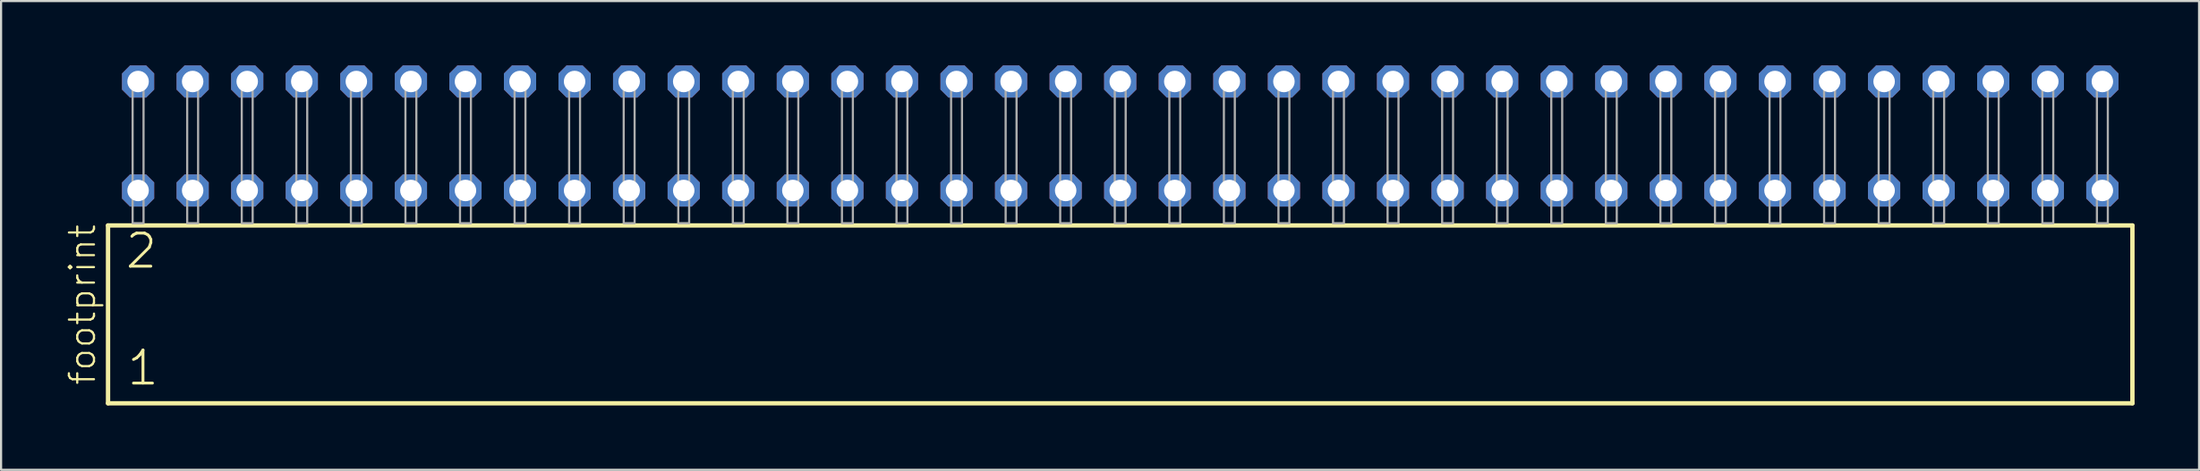
<source format=kicad_pcb>
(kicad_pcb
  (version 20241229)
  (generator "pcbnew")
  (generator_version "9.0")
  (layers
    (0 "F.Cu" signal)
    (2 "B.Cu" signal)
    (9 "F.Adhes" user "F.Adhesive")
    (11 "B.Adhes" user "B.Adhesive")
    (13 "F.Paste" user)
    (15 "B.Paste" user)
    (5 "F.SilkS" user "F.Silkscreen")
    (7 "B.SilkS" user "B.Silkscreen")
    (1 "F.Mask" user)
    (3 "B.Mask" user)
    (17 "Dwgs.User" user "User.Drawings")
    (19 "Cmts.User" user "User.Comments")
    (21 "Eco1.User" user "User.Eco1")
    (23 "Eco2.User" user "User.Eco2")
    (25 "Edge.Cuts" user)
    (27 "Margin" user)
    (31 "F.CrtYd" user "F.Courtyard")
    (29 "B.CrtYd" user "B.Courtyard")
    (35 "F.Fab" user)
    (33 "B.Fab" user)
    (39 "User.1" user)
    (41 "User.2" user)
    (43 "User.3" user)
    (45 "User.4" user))
  (footprint "footprint"
    (layer "F.Cu")
    (at 49.098 7.354)
    (property "Reference" "footprint" (at -47.625 7.62 90) (layer "F.SilkS") (effects (font (size 1.168 1.168) (thickness 0.102)) (justify left bottom)))
    (fp_line (start -47.119 0.106) (end -47.119 8.396) (stroke (width 0.203) (type solid)) (layer "F.SilkS"))
    (fp_line (start -47.119 8.396) (end 47.119 8.396) (stroke (width 0.203) (type solid)) (layer "F.SilkS"))
    (fp_line (start 47.119 0.106) (end -47.119 0.106) (stroke (width 0.203) (type solid)) (layer "F.SilkS"))
    (fp_line (start 47.119 8.396) (end 47.119 0.106) (stroke (width 0.203) (type solid)) (layer "F.SilkS"))
    (fp_poly (pts (xy -45.974 0) (xy -45.466 0) (xy -45.466 -6.858) (xy -45.974 -6.858)) (stroke (width 0.1) (type solid)) (fill no) (layer "F.Fab"))
    (fp_poly (pts (xy -43.434 0) (xy -42.926 0) (xy -42.926 -6.858) (xy -43.434 -6.858)) (stroke (width 0.1) (type solid)) (fill no) (layer "F.Fab"))
    (fp_poly (pts (xy -40.894 0) (xy -40.386 0) (xy -40.386 -6.858) (xy -40.894 -6.858)) (stroke (width 0.1) (type solid)) (fill no) (layer "F.Fab"))
    (fp_poly (pts (xy -38.354 0) (xy -37.846 0) (xy -37.846 -6.858) (xy -38.354 -6.858)) (stroke (width 0.1) (type solid)) (fill no) (layer "F.Fab"))
    (fp_poly (pts (xy -35.814 0) (xy -35.306 0) (xy -35.306 -6.858) (xy -35.814 -6.858)) (stroke (width 0.1) (type solid)) (fill no) (layer "F.Fab"))
    (fp_poly (pts (xy -33.274 0) (xy -32.766 0) (xy -32.766 -6.858) (xy -33.274 -6.858)) (stroke (width 0.1) (type solid)) (fill no) (layer "F.Fab"))
    (fp_poly (pts (xy -30.734 0) (xy -30.226 0) (xy -30.226 -6.858) (xy -30.734 -6.858)) (stroke (width 0.1) (type solid)) (fill no) (layer "F.Fab"))
    (fp_poly (pts (xy -28.194 0) (xy -27.686 0) (xy -27.686 -6.858) (xy -28.194 -6.858)) (stroke (width 0.1) (type solid)) (fill no) (layer "F.Fab"))
    (fp_poly (pts (xy -25.654 0) (xy -25.146 0) (xy -25.146 -6.858) (xy -25.654 -6.858)) (stroke (width 0.1) (type solid)) (fill no) (layer "F.Fab"))
    (fp_poly (pts (xy -23.114 0) (xy -22.606 0) (xy -22.606 -6.858) (xy -23.114 -6.858)) (stroke (width 0.1) (type solid)) (fill no) (layer "F.Fab"))
    (fp_poly (pts (xy -20.574 0) (xy -20.066 0) (xy -20.066 -6.858) (xy -20.574 -6.858)) (stroke (width 0.1) (type solid)) (fill no) (layer "F.Fab"))
    (fp_poly (pts (xy -18.034 0) (xy -17.526 0) (xy -17.526 -6.858) (xy -18.034 -6.858)) (stroke (width 0.1) (type solid)) (fill no) (layer "F.Fab"))
    (fp_poly (pts (xy -15.494 0) (xy -14.986 0) (xy -14.986 -6.858) (xy -15.494 -6.858)) (stroke (width 0.1) (type solid)) (fill no) (layer "F.Fab"))
    (fp_poly (pts (xy -12.954 0) (xy -12.446 0) (xy -12.446 -6.858) (xy -12.954 -6.858)) (stroke (width 0.1) (type solid)) (fill no) (layer "F.Fab"))
    (fp_poly (pts (xy -10.414 0) (xy -9.906 0) (xy -9.906 -6.858) (xy -10.414 -6.858)) (stroke (width 0.1) (type solid)) (fill no) (layer "F.Fab"))
    (fp_poly (pts (xy -7.874 0) (xy -7.366 0) (xy -7.366 -6.858) (xy -7.874 -6.858)) (stroke (width 0.1) (type solid)) (fill no) (layer "F.Fab"))
    (fp_poly (pts (xy -5.334 0) (xy -4.826 0) (xy -4.826 -6.858) (xy -5.334 -6.858)) (stroke (width 0.1) (type solid)) (fill no) (layer "F.Fab"))
    (fp_poly (pts (xy -2.794 0) (xy -2.286 0) (xy -2.286 -6.858) (xy -2.794 -6.858)) (stroke (width 0.1) (type solid)) (fill no) (layer "F.Fab"))
    (fp_poly (pts (xy -0.254 0) (xy 0.254 0) (xy 0.254 -6.858) (xy -0.254 -6.858)) (stroke (width 0.1) (type solid)) (fill no) (layer "F.Fab"))
    (fp_poly (pts (xy 2.286 0) (xy 2.794 0) (xy 2.794 -6.858) (xy 2.286 -6.858)) (stroke (width 0.1) (type solid)) (fill no) (layer "F.Fab"))
    (fp_poly (pts (xy 4.826 0) (xy 5.334 0) (xy 5.334 -6.858) (xy 4.826 -6.858)) (stroke (width 0.1) (type solid)) (fill no) (layer "F.Fab"))
    (fp_poly (pts (xy 7.366 0) (xy 7.874 0) (xy 7.874 -6.858) (xy 7.366 -6.858)) (stroke (width 0.1) (type solid)) (fill no) (layer "F.Fab"))
    (fp_poly (pts (xy 9.906 0) (xy 10.414 0) (xy 10.414 -6.858) (xy 9.906 -6.858)) (stroke (width 0.1) (type solid)) (fill no) (layer "F.Fab"))
    (fp_poly (pts (xy 12.446 0) (xy 12.954 0) (xy 12.954 -6.858) (xy 12.446 -6.858)) (stroke (width 0.1) (type solid)) (fill no) (layer "F.Fab"))
    (fp_poly (pts (xy 14.986 0) (xy 15.494 0) (xy 15.494 -6.858) (xy 14.986 -6.858)) (stroke (width 0.1) (type solid)) (fill no) (layer "F.Fab"))
    (fp_poly (pts (xy 17.526 0) (xy 18.034 0) (xy 18.034 -6.858) (xy 17.526 -6.858)) (stroke (width 0.1) (type solid)) (fill no) (layer "F.Fab"))
    (fp_poly (pts (xy 20.066 0) (xy 20.574 0) (xy 20.574 -6.858) (xy 20.066 -6.858)) (stroke (width 0.1) (type solid)) (fill no) (layer "F.Fab"))
    (fp_poly (pts (xy 22.606 0) (xy 23.114 0) (xy 23.114 -6.858) (xy 22.606 -6.858)) (stroke (width 0.1) (type solid)) (fill no) (layer "F.Fab"))
    (fp_poly (pts (xy 25.146 0) (xy 25.654 0) (xy 25.654 -6.858) (xy 25.146 -6.858)) (stroke (width 0.1) (type solid)) (fill no) (layer "F.Fab"))
    (fp_poly (pts (xy 27.686 0) (xy 28.194 0) (xy 28.194 -6.858) (xy 27.686 -6.858)) (stroke (width 0.1) (type solid)) (fill no) (layer "F.Fab"))
    (fp_poly (pts (xy 30.226 0) (xy 30.734 0) (xy 30.734 -6.858) (xy 30.226 -6.858)) (stroke (width 0.1) (type solid)) (fill no) (layer "F.Fab"))
    (fp_poly (pts (xy 32.766 0) (xy 33.274 0) (xy 33.274 -6.858) (xy 32.766 -6.858)) (stroke (width 0.1) (type solid)) (fill no) (layer "F.Fab"))
    (fp_poly (pts (xy 35.306 0) (xy 35.814 0) (xy 35.814 -6.858) (xy 35.306 -6.858)) (stroke (width 0.1) (type solid)) (fill no) (layer "F.Fab"))
    (fp_poly (pts (xy 37.846 0) (xy 38.354 0) (xy 38.354 -6.858) (xy 37.846 -6.858)) (stroke (width 0.1) (type solid)) (fill no) (layer "F.Fab"))
    (fp_poly (pts (xy 40.386 0) (xy 40.894 0) (xy 40.894 -6.858) (xy 40.386 -6.858)) (stroke (width 0.1) (type solid)) (fill no) (layer "F.Fab"))
    (fp_poly (pts (xy 42.926 0) (xy 43.434 0) (xy 43.434 -6.858) (xy 42.926 -6.858)) (stroke (width 0.1) (type solid)) (fill no) (layer "F.Fab"))
    (fp_poly (pts (xy 45.466 0) (xy 45.974 0) (xy 45.974 -6.858) (xy 45.466 -6.858)) (stroke (width 0.1) (type solid)) (fill no) (layer "F.Fab"))
    (fp_text user "2" (at -46.39 2.2 0) (layer "F.SilkS") (effects (font (size 1.542 1.542) (thickness 0.134)) (justify left bottom)))
    (fp_text user "1" (at -46.315 7.65 0) (layer "F.SilkS") (effects (font (size 1.542 1.542) (thickness 0.134)) (justify left bottom)))
    (pad "1" thru_hole roundrect (at -45.72 -1.524) (size 1.5 1.5) (drill 1) (layers "*.Cu" "*.Mask") (roundrect_rratio 0.25) (chamfer_ratio 0.25) (chamfer top_left top_right bottom_left bottom_right))
    (pad "2" thru_hole roundrect (at -45.72 -6.604) (size 1.5 1.5) (drill 1) (layers "*.Cu" "*.Mask") (roundrect_rratio 0.25) (chamfer_ratio 0.25) (chamfer top_left top_right bottom_left bottom_right))
    (pad "3" thru_hole roundrect (at -43.18 -1.524) (size 1.5 1.5) (drill 1) (layers "*.Cu" "*.Mask") (roundrect_rratio 0.25) (chamfer_ratio 0.25) (chamfer top_left top_right bottom_left bottom_right))
    (pad "4" thru_hole roundrect (at -43.18 -6.604) (size 1.5 1.5) (drill 1) (layers "*.Cu" "*.Mask") (roundrect_rratio 0.25) (chamfer_ratio 0.25) (chamfer top_left top_right bottom_left bottom_right))
    (pad "5" thru_hole roundrect (at -40.64 -1.524) (size 1.5 1.5) (drill 1) (layers "*.Cu" "*.Mask") (roundrect_rratio 0.25) (chamfer_ratio 0.25) (chamfer top_left top_right bottom_left bottom_right))
    (pad "6" thru_hole roundrect (at -40.64 -6.604) (size 1.5 1.5) (drill 1) (layers "*.Cu" "*.Mask") (roundrect_rratio 0.25) (chamfer_ratio 0.25) (chamfer top_left top_right bottom_left bottom_right))
    (pad "7" thru_hole roundrect (at -38.1 -1.524) (size 1.5 1.5) (drill 1) (layers "*.Cu" "*.Mask") (roundrect_rratio 0.25) (chamfer_ratio 0.25) (chamfer top_left top_right bottom_left bottom_right))
    (pad "8" thru_hole roundrect (at -38.1 -6.604) (size 1.5 1.5) (drill 1) (layers "*.Cu" "*.Mask") (roundrect_rratio 0.25) (chamfer_ratio 0.25) (chamfer top_left top_right bottom_left bottom_right))
    (pad "9" thru_hole roundrect (at -35.56 -1.524) (size 1.5 1.5) (drill 1) (layers "*.Cu" "*.Mask") (roundrect_rratio 0.25) (chamfer_ratio 0.25) (chamfer top_left top_right bottom_left bottom_right))
    (pad "10" thru_hole roundrect (at -35.56 -6.604) (size 1.5 1.5) (drill 1) (layers "*.Cu" "*.Mask") (roundrect_rratio 0.25) (chamfer_ratio 0.25) (chamfer top_left top_right bottom_left bottom_right))
    (pad "11" thru_hole roundrect (at -33.02 -1.524) (size 1.5 1.5) (drill 1) (layers "*.Cu" "*.Mask") (roundrect_rratio 0.25) (chamfer_ratio 0.25) (chamfer top_left top_right bottom_left bottom_right))
    (pad "12" thru_hole roundrect (at -33.02 -6.604) (size 1.5 1.5) (drill 1) (layers "*.Cu" "*.Mask") (roundrect_rratio 0.25) (chamfer_ratio 0.25) (chamfer top_left top_right bottom_left bottom_right))
    (pad "13" thru_hole roundrect (at -30.48 -1.524) (size 1.5 1.5) (drill 1) (layers "*.Cu" "*.Mask") (roundrect_rratio 0.25) (chamfer_ratio 0.25) (chamfer top_left top_right bottom_left bottom_right))
    (pad "14" thru_hole roundrect (at -30.48 -6.604) (size 1.5 1.5) (drill 1) (layers "*.Cu" "*.Mask") (roundrect_rratio 0.25) (chamfer_ratio 0.25) (chamfer top_left top_right bottom_left bottom_right))
    (pad "15" thru_hole roundrect (at -27.94 -1.524) (size 1.5 1.5) (drill 1) (layers "*.Cu" "*.Mask") (roundrect_rratio 0.25) (chamfer_ratio 0.25) (chamfer top_left top_right bottom_left bottom_right))
    (pad "16" thru_hole roundrect (at -27.94 -6.604) (size 1.5 1.5) (drill 1) (layers "*.Cu" "*.Mask") (roundrect_rratio 0.25) (chamfer_ratio 0.25) (chamfer top_left top_right bottom_left bottom_right))
    (pad "17" thru_hole roundrect (at -25.4 -1.524) (size 1.5 1.5) (drill 1) (layers "*.Cu" "*.Mask") (roundrect_rratio 0.25) (chamfer_ratio 0.25) (chamfer top_left top_right bottom_left bottom_right))
    (pad "18" thru_hole roundrect (at -25.4 -6.604) (size 1.5 1.5) (drill 1) (layers "*.Cu" "*.Mask") (roundrect_rratio 0.25) (chamfer_ratio 0.25) (chamfer top_left top_right bottom_left bottom_right))
    (pad "19" thru_hole roundrect (at -22.86 -1.524) (size 1.5 1.5) (drill 1) (layers "*.Cu" "*.Mask") (roundrect_rratio 0.25) (chamfer_ratio 0.25) (chamfer top_left top_right bottom_left bottom_right))
    (pad "20" thru_hole roundrect (at -22.86 -6.604) (size 1.5 1.5) (drill 1) (layers "*.Cu" "*.Mask") (roundrect_rratio 0.25) (chamfer_ratio 0.25) (chamfer top_left top_right bottom_left bottom_right))
    (pad "21" thru_hole roundrect (at -20.32 -1.524) (size 1.5 1.5) (drill 1) (layers "*.Cu" "*.Mask") (roundrect_rratio 0.25) (chamfer_ratio 0.25) (chamfer top_left top_right bottom_left bottom_right))
    (pad "22" thru_hole roundrect (at -20.32 -6.604) (size 1.5 1.5) (drill 1) (layers "*.Cu" "*.Mask") (roundrect_rratio 0.25) (chamfer_ratio 0.25) (chamfer top_left top_right bottom_left bottom_right))
    (pad "23" thru_hole roundrect (at -17.78 -1.524) (size 1.5 1.5) (drill 1) (layers "*.Cu" "*.Mask") (roundrect_rratio 0.25) (chamfer_ratio 0.25) (chamfer top_left top_right bottom_left bottom_right))
    (pad "24" thru_hole roundrect (at -17.78 -6.604) (size 1.5 1.5) (drill 1) (layers "*.Cu" "*.Mask") (roundrect_rratio 0.25) (chamfer_ratio 0.25) (chamfer top_left top_right bottom_left bottom_right))
    (pad "25" thru_hole roundrect (at -15.24 -1.524) (size 1.5 1.5) (drill 1) (layers "*.Cu" "*.Mask") (roundrect_rratio 0.25) (chamfer_ratio 0.25) (chamfer top_left top_right bottom_left bottom_right))
    (pad "26" thru_hole roundrect (at -15.24 -6.604) (size 1.5 1.5) (drill 1) (layers "*.Cu" "*.Mask") (roundrect_rratio 0.25) (chamfer_ratio 0.25) (chamfer top_left top_right bottom_left bottom_right))
    (pad "27" thru_hole roundrect (at -12.7 -1.524) (size 1.5 1.5) (drill 1) (layers "*.Cu" "*.Mask") (roundrect_rratio 0.25) (chamfer_ratio 0.25) (chamfer top_left top_right bottom_left bottom_right))
    (pad "28" thru_hole roundrect (at -12.7 -6.604) (size 1.5 1.5) (drill 1) (layers "*.Cu" "*.Mask") (roundrect_rratio 0.25) (chamfer_ratio 0.25) (chamfer top_left top_right bottom_left bottom_right))
    (pad "29" thru_hole roundrect (at -10.16 -1.524) (size 1.5 1.5) (drill 1) (layers "*.Cu" "*.Mask") (roundrect_rratio 0.25) (chamfer_ratio 0.25) (chamfer top_left top_right bottom_left bottom_right))
    (pad "30" thru_hole roundrect (at -10.16 -6.604) (size 1.5 1.5) (drill 1) (layers "*.Cu" "*.Mask") (roundrect_rratio 0.25) (chamfer_ratio 0.25) (chamfer top_left top_right bottom_left bottom_right))
    (pad "31" thru_hole roundrect (at -7.62 -1.524) (size 1.5 1.5) (drill 1) (layers "*.Cu" "*.Mask") (roundrect_rratio 0.25) (chamfer_ratio 0.25) (chamfer top_left top_right bottom_left bottom_right))
    (pad "32" thru_hole roundrect (at -7.62 -6.604) (size 1.5 1.5) (drill 1) (layers "*.Cu" "*.Mask") (roundrect_rratio 0.25) (chamfer_ratio 0.25) (chamfer top_left top_right bottom_left bottom_right))
    (pad "33" thru_hole roundrect (at -5.08 -1.524) (size 1.5 1.5) (drill 1) (layers "*.Cu" "*.Mask") (roundrect_rratio 0.25) (chamfer_ratio 0.25) (chamfer top_left top_right bottom_left bottom_right))
    (pad "34" thru_hole roundrect (at -5.08 -6.604) (size 1.5 1.5) (drill 1) (layers "*.Cu" "*.Mask") (roundrect_rratio 0.25) (chamfer_ratio 0.25) (chamfer top_left top_right bottom_left bottom_right))
    (pad "35" thru_hole roundrect (at -2.54 -1.524) (size 1.5 1.5) (drill 1) (layers "*.Cu" "*.Mask") (roundrect_rratio 0.25) (chamfer_ratio 0.25) (chamfer top_left top_right bottom_left bottom_right))
    (pad "36" thru_hole roundrect (at -2.54 -6.604) (size 1.5 1.5) (drill 1) (layers "*.Cu" "*.Mask") (roundrect_rratio 0.25) (chamfer_ratio 0.25) (chamfer top_left top_right bottom_left bottom_right))
    (pad "37" thru_hole roundrect (at 0 -1.524) (size 1.5 1.5) (drill 1) (layers "*.Cu" "*.Mask") (roundrect_rratio 0.25) (chamfer_ratio 0.25) (chamfer top_left top_right bottom_left bottom_right))
    (pad "38" thru_hole roundrect (at 0 -6.604) (size 1.5 1.5) (drill 1) (layers "*.Cu" "*.Mask") (roundrect_rratio 0.25) (chamfer_ratio 0.25) (chamfer top_left top_right bottom_left bottom_right))
    (pad "39" thru_hole roundrect (at 2.54 -1.524) (size 1.5 1.5) (drill 1) (layers "*.Cu" "*.Mask") (roundrect_rratio 0.25) (chamfer_ratio 0.25) (chamfer top_left top_right bottom_left bottom_right))
    (pad "40" thru_hole roundrect (at 2.54 -6.604) (size 1.5 1.5) (drill 1) (layers "*.Cu" "*.Mask") (roundrect_rratio 0.25) (chamfer_ratio 0.25) (chamfer top_left top_right bottom_left bottom_right))
    (pad "41" thru_hole roundrect (at 5.08 -1.524) (size 1.5 1.5) (drill 1) (layers "*.Cu" "*.Mask") (roundrect_rratio 0.25) (chamfer_ratio 0.25) (chamfer top_left top_right bottom_left bottom_right))
    (pad "42" thru_hole roundrect (at 5.08 -6.604) (size 1.5 1.5) (drill 1) (layers "*.Cu" "*.Mask") (roundrect_rratio 0.25) (chamfer_ratio 0.25) (chamfer top_left top_right bottom_left bottom_right))
    (pad "43" thru_hole roundrect (at 7.62 -1.524) (size 1.5 1.5) (drill 1) (layers "*.Cu" "*.Mask") (roundrect_rratio 0.25) (chamfer_ratio 0.25) (chamfer top_left top_right bottom_left bottom_right))
    (pad "44" thru_hole roundrect (at 7.62 -6.604) (size 1.5 1.5) (drill 1) (layers "*.Cu" "*.Mask") (roundrect_rratio 0.25) (chamfer_ratio 0.25) (chamfer top_left top_right bottom_left bottom_right))
    (pad "45" thru_hole roundrect (at 10.16 -1.524) (size 1.5 1.5) (drill 1) (layers "*.Cu" "*.Mask") (roundrect_rratio 0.25) (chamfer_ratio 0.25) (chamfer top_left top_right bottom_left bottom_right))
    (pad "46" thru_hole roundrect (at 10.16 -6.604) (size 1.5 1.5) (drill 1) (layers "*.Cu" "*.Mask") (roundrect_rratio 0.25) (chamfer_ratio 0.25) (chamfer top_left top_right bottom_left bottom_right))
    (pad "47" thru_hole roundrect (at 12.7 -1.524) (size 1.5 1.5) (drill 1) (layers "*.Cu" "*.Mask") (roundrect_rratio 0.25) (chamfer_ratio 0.25) (chamfer top_left top_right bottom_left bottom_right))
    (pad "48" thru_hole roundrect (at 12.7 -6.604) (size 1.5 1.5) (drill 1) (layers "*.Cu" "*.Mask") (roundrect_rratio 0.25) (chamfer_ratio 0.25) (chamfer top_left top_right bottom_left bottom_right))
    (pad "49" thru_hole roundrect (at 15.24 -1.524) (size 1.5 1.5) (drill 1) (layers "*.Cu" "*.Mask") (roundrect_rratio 0.25) (chamfer_ratio 0.25) (chamfer top_left top_right bottom_left bottom_right))
    (pad "50" thru_hole roundrect (at 15.24 -6.604) (size 1.5 1.5) (drill 1) (layers "*.Cu" "*.Mask") (roundrect_rratio 0.25) (chamfer_ratio 0.25) (chamfer top_left top_right bottom_left bottom_right))
    (pad "51" thru_hole roundrect (at 17.78 -1.524) (size 1.5 1.5) (drill 1) (layers "*.Cu" "*.Mask") (roundrect_rratio 0.25) (chamfer_ratio 0.25) (chamfer top_left top_right bottom_left bottom_right))
    (pad "52" thru_hole roundrect (at 17.78 -6.604) (size 1.5 1.5) (drill 1) (layers "*.Cu" "*.Mask") (roundrect_rratio 0.25) (chamfer_ratio 0.25) (chamfer top_left top_right bottom_left bottom_right))
    (pad "53" thru_hole roundrect (at 20.32 -1.524) (size 1.5 1.5) (drill 1) (layers "*.Cu" "*.Mask") (roundrect_rratio 0.25) (chamfer_ratio 0.25) (chamfer top_left top_right bottom_left bottom_right))
    (pad "54" thru_hole roundrect (at 20.32 -6.604) (size 1.5 1.5) (drill 1) (layers "*.Cu" "*.Mask") (roundrect_rratio 0.25) (chamfer_ratio 0.25) (chamfer top_left top_right bottom_left bottom_right))
    (pad "55" thru_hole roundrect (at 22.86 -1.524) (size 1.5 1.5) (drill 1) (layers "*.Cu" "*.Mask") (roundrect_rratio 0.25) (chamfer_ratio 0.25) (chamfer top_left top_right bottom_left bottom_right))
    (pad "56" thru_hole roundrect (at 22.86 -6.604) (size 1.5 1.5) (drill 1) (layers "*.Cu" "*.Mask") (roundrect_rratio 0.25) (chamfer_ratio 0.25) (chamfer top_left top_right bottom_left bottom_right))
    (pad "57" thru_hole roundrect (at 25.4 -1.524) (size 1.5 1.5) (drill 1) (layers "*.Cu" "*.Mask") (roundrect_rratio 0.25) (chamfer_ratio 0.25) (chamfer top_left top_right bottom_left bottom_right))
    (pad "58" thru_hole roundrect (at 25.4 -6.604) (size 1.5 1.5) (drill 1) (layers "*.Cu" "*.Mask") (roundrect_rratio 0.25) (chamfer_ratio 0.25) (chamfer top_left top_right bottom_left bottom_right))
    (pad "59" thru_hole roundrect (at 27.94 -1.524) (size 1.5 1.5) (drill 1) (layers "*.Cu" "*.Mask") (roundrect_rratio 0.25) (chamfer_ratio 0.25) (chamfer top_left top_right bottom_left bottom_right))
    (pad "60" thru_hole roundrect (at 27.94 -6.604) (size 1.5 1.5) (drill 1) (layers "*.Cu" "*.Mask") (roundrect_rratio 0.25) (chamfer_ratio 0.25) (chamfer top_left top_right bottom_left bottom_right))
    (pad "61" thru_hole roundrect (at 30.48 -1.524) (size 1.5 1.5) (drill 1) (layers "*.Cu" "*.Mask") (roundrect_rratio 0.25) (chamfer_ratio 0.25) (chamfer top_left top_right bottom_left bottom_right))
    (pad "62" thru_hole roundrect (at 30.48 -6.604) (size 1.5 1.5) (drill 1) (layers "*.Cu" "*.Mask") (roundrect_rratio 0.25) (chamfer_ratio 0.25) (chamfer top_left top_right bottom_left bottom_right))
    (pad "63" thru_hole roundrect (at 33.02 -1.524) (size 1.5 1.5) (drill 1) (layers "*.Cu" "*.Mask") (roundrect_rratio 0.25) (chamfer_ratio 0.25) (chamfer top_left top_right bottom_left bottom_right))
    (pad "64" thru_hole roundrect (at 33.02 -6.604) (size 1.5 1.5) (drill 1) (layers "*.Cu" "*.Mask") (roundrect_rratio 0.25) (chamfer_ratio 0.25) (chamfer top_left top_right bottom_left bottom_right))
    (pad "65" thru_hole roundrect (at 35.56 -1.524) (size 1.5 1.5) (drill 1) (layers "*.Cu" "*.Mask") (roundrect_rratio 0.25) (chamfer_ratio 0.25) (chamfer top_left top_right bottom_left bottom_right))
    (pad "66" thru_hole roundrect (at 35.56 -6.604) (size 1.5 1.5) (drill 1) (layers "*.Cu" "*.Mask") (roundrect_rratio 0.25) (chamfer_ratio 0.25) (chamfer top_left top_right bottom_left bottom_right))
    (pad "67" thru_hole roundrect (at 38.1 -1.524) (size 1.5 1.5) (drill 1) (layers "*.Cu" "*.Mask") (roundrect_rratio 0.25) (chamfer_ratio 0.25) (chamfer top_left top_right bottom_left bottom_right))
    (pad "68" thru_hole roundrect (at 38.1 -6.604) (size 1.5 1.5) (drill 1) (layers "*.Cu" "*.Mask") (roundrect_rratio 0.25) (chamfer_ratio 0.25) (chamfer top_left top_right bottom_left bottom_right))
    (pad "69" thru_hole roundrect (at 40.64 -1.524) (size 1.5 1.5) (drill 1) (layers "*.Cu" "*.Mask") (roundrect_rratio 0.25) (chamfer_ratio 0.25) (chamfer top_left top_right bottom_left bottom_right))
    (pad "70" thru_hole roundrect (at 40.64 -6.604) (size 1.5 1.5) (drill 1) (layers "*.Cu" "*.Mask") (roundrect_rratio 0.25) (chamfer_ratio 0.25) (chamfer top_left top_right bottom_left bottom_right))
    (pad "71" thru_hole roundrect (at 43.18 -1.524) (size 1.5 1.5) (drill 1) (layers "*.Cu" "*.Mask") (roundrect_rratio 0.25) (chamfer_ratio 0.25) (chamfer top_left top_right bottom_left bottom_right))
    (pad "72" thru_hole roundrect (at 43.18 -6.604) (size 1.5 1.5) (drill 1) (layers "*.Cu" "*.Mask") (roundrect_rratio 0.25) (chamfer_ratio 0.25) (chamfer top_left top_right bottom_left bottom_right))
    (pad "73" thru_hole roundrect (at 45.72 -1.524) (size 1.5 1.5) (drill 1) (layers "*.Cu" "*.Mask") (roundrect_rratio 0.25) (chamfer_ratio 0.25) (chamfer top_left top_right bottom_left bottom_right))
    (pad "74" thru_hole roundrect (at 45.72 -6.604) (size 1.5 1.5) (drill 1) (layers "*.Cu" "*.Mask") (roundrect_rratio 0.25) (chamfer_ratio 0.25) (chamfer top_left top_right bottom_left bottom_right)))
  (gr_rect
    (start -3 -3)
    (end 99.319 18.852)
    (stroke (width 0.1) (type default))
    (fill no)
    (layer "Edge.Cuts")))
</source>
